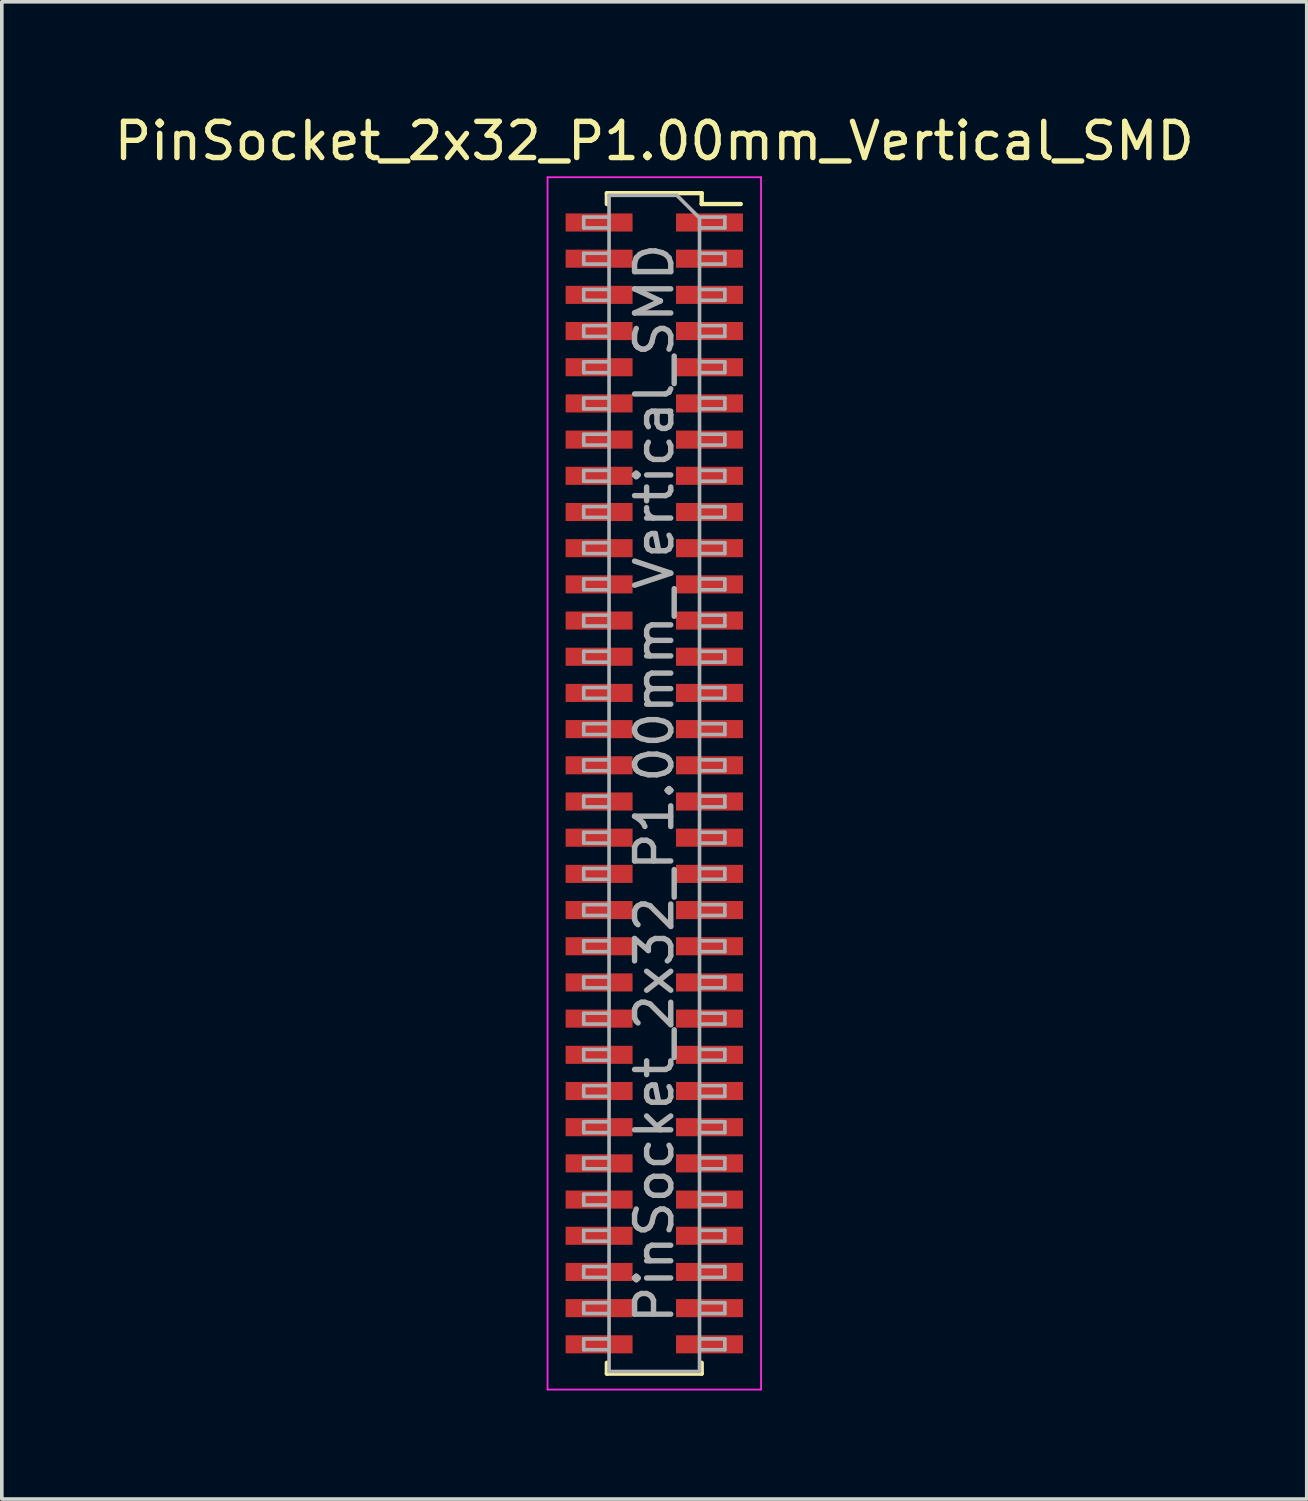
<source format=kicad_pcb>
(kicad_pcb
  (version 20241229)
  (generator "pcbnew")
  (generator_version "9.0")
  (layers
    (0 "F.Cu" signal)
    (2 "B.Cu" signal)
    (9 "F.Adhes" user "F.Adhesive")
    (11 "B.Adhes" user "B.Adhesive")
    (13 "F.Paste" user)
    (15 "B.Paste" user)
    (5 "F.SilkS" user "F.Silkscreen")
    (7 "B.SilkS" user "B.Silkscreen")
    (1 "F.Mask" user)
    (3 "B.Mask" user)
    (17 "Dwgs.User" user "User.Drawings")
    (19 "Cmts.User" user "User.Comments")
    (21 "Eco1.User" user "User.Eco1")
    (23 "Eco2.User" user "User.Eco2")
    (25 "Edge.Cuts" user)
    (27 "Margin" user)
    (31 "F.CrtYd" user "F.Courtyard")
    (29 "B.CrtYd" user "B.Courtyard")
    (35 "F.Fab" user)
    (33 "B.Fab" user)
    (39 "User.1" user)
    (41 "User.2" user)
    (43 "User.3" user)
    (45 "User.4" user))
  (footprint "PinSocket_2x32_P1.00mm_Vertical_SMD"
    (layer "F.Cu")
    (at 15.03 18.598)
    (property "Reference" "PinSocket_2x32_P1.00mm_Vertical_SMD" (at 0 -17.75 0) (layer "F.SilkS") (effects (font (size 1 1) (thickness 0.15))))
    (attr smd)
    (fp_line (start -1.31 -16.31) (end -1.31 -16.01) (stroke (width 0.12) (type solid)) (layer "F.SilkS"))
    (fp_line (start -1.31 -16.31) (end 1.31 -16.31) (stroke (width 0.12) (type solid)) (layer "F.SilkS"))
    (fp_line (start -1.31 16.01) (end -1.31 16.31) (stroke (width 0.12) (type solid)) (layer "F.SilkS"))
    (fp_line (start -1.31 16.31) (end 1.31 16.31) (stroke (width 0.12) (type solid)) (layer "F.SilkS"))
    (fp_line (start 1.31 -16.31) (end 1.31 -16.01) (stroke (width 0.12) (type solid)) (layer "F.SilkS"))
    (fp_line (start 1.31 -16.01) (end 2.39 -16.01) (stroke (width 0.12) (type solid)) (layer "F.SilkS"))
    (fp_line (start 1.31 16.01) (end 1.31 16.31) (stroke (width 0.12) (type solid)) (layer "F.SilkS"))
    (fp_line (start -2.95 -16.75) (end 2.95 -16.75) (stroke (width 0.05) (type solid)) (layer "F.CrtYd"))
    (fp_line (start -2.95 16.75) (end -2.95 -16.75) (stroke (width 0.05) (type solid)) (layer "F.CrtYd"))
    (fp_line (start 2.95 -16.75) (end 2.95 16.75) (stroke (width 0.05) (type solid)) (layer "F.CrtYd"))
    (fp_line (start 2.95 16.75) (end -2.95 16.75) (stroke (width 0.05) (type solid)) (layer "F.CrtYd"))
    (fp_line (start -1.95 -15.65) (end -1.25 -15.65) (stroke (width 0.1) (type solid)) (layer "F.Fab"))
    (fp_line (start -1.95 -15.35) (end -1.95 -15.65) (stroke (width 0.1) (type solid)) (layer "F.Fab"))
    (fp_line (start -1.95 -14.65) (end -1.25 -14.65) (stroke (width 0.1) (type solid)) (layer "F.Fab"))
    (fp_line (start -1.95 -14.35) (end -1.95 -14.65) (stroke (width 0.1) (type solid)) (layer "F.Fab"))
    (fp_line (start -1.95 -13.65) (end -1.25 -13.65) (stroke (width 0.1) (type solid)) (layer "F.Fab"))
    (fp_line (start -1.95 -13.35) (end -1.95 -13.65) (stroke (width 0.1) (type solid)) (layer "F.Fab"))
    (fp_line (start -1.95 -12.65) (end -1.25 -12.65) (stroke (width 0.1) (type solid)) (layer "F.Fab"))
    (fp_line (start -1.95 -12.35) (end -1.95 -12.65) (stroke (width 0.1) (type solid)) (layer "F.Fab"))
    (fp_line (start -1.95 -11.65) (end -1.25 -11.65) (stroke (width 0.1) (type solid)) (layer "F.Fab"))
    (fp_line (start -1.95 -11.35) (end -1.95 -11.65) (stroke (width 0.1) (type solid)) (layer "F.Fab"))
    (fp_line (start -1.95 -10.65) (end -1.25 -10.65) (stroke (width 0.1) (type solid)) (layer "F.Fab"))
    (fp_line (start -1.95 -10.35) (end -1.95 -10.65) (stroke (width 0.1) (type solid)) (layer "F.Fab"))
    (fp_line (start -1.95 -9.65) (end -1.25 -9.65) (stroke (width 0.1) (type solid)) (layer "F.Fab"))
    (fp_line (start -1.95 -9.35) (end -1.95 -9.65) (stroke (width 0.1) (type solid)) (layer "F.Fab"))
    (fp_line (start -1.95 -8.65) (end -1.25 -8.65) (stroke (width 0.1) (type solid)) (layer "F.Fab"))
    (fp_line (start -1.95 -8.35) (end -1.95 -8.65) (stroke (width 0.1) (type solid)) (layer "F.Fab"))
    (fp_line (start -1.95 -7.65) (end -1.25 -7.65) (stroke (width 0.1) (type solid)) (layer "F.Fab"))
    (fp_line (start -1.95 -7.35) (end -1.95 -7.65) (stroke (width 0.1) (type solid)) (layer "F.Fab"))
    (fp_line (start -1.95 -6.65) (end -1.25 -6.65) (stroke (width 0.1) (type solid)) (layer "F.Fab"))
    (fp_line (start -1.95 -6.35) (end -1.95 -6.65) (stroke (width 0.1) (type solid)) (layer "F.Fab"))
    (fp_line (start -1.95 -5.65) (end -1.25 -5.65) (stroke (width 0.1) (type solid)) (layer "F.Fab"))
    (fp_line (start -1.95 -5.35) (end -1.95 -5.65) (stroke (width 0.1) (type solid)) (layer "F.Fab"))
    (fp_line (start -1.95 -4.65) (end -1.25 -4.65) (stroke (width 0.1) (type solid)) (layer "F.Fab"))
    (fp_line (start -1.95 -4.35) (end -1.95 -4.65) (stroke (width 0.1) (type solid)) (layer "F.Fab"))
    (fp_line (start -1.95 -3.65) (end -1.25 -3.65) (stroke (width 0.1) (type solid)) (layer "F.Fab"))
    (fp_line (start -1.95 -3.35) (end -1.95 -3.65) (stroke (width 0.1) (type solid)) (layer "F.Fab"))
    (fp_line (start -1.95 -2.65) (end -1.25 -2.65) (stroke (width 0.1) (type solid)) (layer "F.Fab"))
    (fp_line (start -1.95 -2.35) (end -1.95 -2.65) (stroke (width 0.1) (type solid)) (layer "F.Fab"))
    (fp_line (start -1.95 -1.65) (end -1.25 -1.65) (stroke (width 0.1) (type solid)) (layer "F.Fab"))
    (fp_line (start -1.95 -1.35) (end -1.95 -1.65) (stroke (width 0.1) (type solid)) (layer "F.Fab"))
    (fp_line (start -1.95 -0.65) (end -1.25 -0.65) (stroke (width 0.1) (type solid)) (layer "F.Fab"))
    (fp_line (start -1.95 -0.35) (end -1.95 -0.65) (stroke (width 0.1) (type solid)) (layer "F.Fab"))
    (fp_line (start -1.95 0.35) (end -1.25 0.35) (stroke (width 0.1) (type solid)) (layer "F.Fab"))
    (fp_line (start -1.95 0.65) (end -1.95 0.35) (stroke (width 0.1) (type solid)) (layer "F.Fab"))
    (fp_line (start -1.95 1.35) (end -1.25 1.35) (stroke (width 0.1) (type solid)) (layer "F.Fab"))
    (fp_line (start -1.95 1.65) (end -1.95 1.35) (stroke (width 0.1) (type solid)) (layer "F.Fab"))
    (fp_line (start -1.95 2.35) (end -1.25 2.35) (stroke (width 0.1) (type solid)) (layer "F.Fab"))
    (fp_line (start -1.95 2.65) (end -1.95 2.35) (stroke (width 0.1) (type solid)) (layer "F.Fab"))
    (fp_line (start -1.95 3.35) (end -1.25 3.35) (stroke (width 0.1) (type solid)) (layer "F.Fab"))
    (fp_line (start -1.95 3.65) (end -1.95 3.35) (stroke (width 0.1) (type solid)) (layer "F.Fab"))
    (fp_line (start -1.95 4.35) (end -1.25 4.35) (stroke (width 0.1) (type solid)) (layer "F.Fab"))
    (fp_line (start -1.95 4.65) (end -1.95 4.35) (stroke (width 0.1) (type solid)) (layer "F.Fab"))
    (fp_line (start -1.95 5.35) (end -1.25 5.35) (stroke (width 0.1) (type solid)) (layer "F.Fab"))
    (fp_line (start -1.95 5.65) (end -1.95 5.35) (stroke (width 0.1) (type solid)) (layer "F.Fab"))
    (fp_line (start -1.95 6.35) (end -1.25 6.35) (stroke (width 0.1) (type solid)) (layer "F.Fab"))
    (fp_line (start -1.95 6.65) (end -1.95 6.35) (stroke (width 0.1) (type solid)) (layer "F.Fab"))
    (fp_line (start -1.95 7.35) (end -1.25 7.35) (stroke (width 0.1) (type solid)) (layer "F.Fab"))
    (fp_line (start -1.95 7.65) (end -1.95 7.35) (stroke (width 0.1) (type solid)) (layer "F.Fab"))
    (fp_line (start -1.95 8.35) (end -1.25 8.35) (stroke (width 0.1) (type solid)) (layer "F.Fab"))
    (fp_line (start -1.95 8.65) (end -1.95 8.35) (stroke (width 0.1) (type solid)) (layer "F.Fab"))
    (fp_line (start -1.95 9.35) (end -1.25 9.35) (stroke (width 0.1) (type solid)) (layer "F.Fab"))
    (fp_line (start -1.95 9.65) (end -1.95 9.35) (stroke (width 0.1) (type solid)) (layer "F.Fab"))
    (fp_line (start -1.95 10.35) (end -1.25 10.35) (stroke (width 0.1) (type solid)) (layer "F.Fab"))
    (fp_line (start -1.95 10.65) (end -1.95 10.35) (stroke (width 0.1) (type solid)) (layer "F.Fab"))
    (fp_line (start -1.95 11.35) (end -1.25 11.35) (stroke (width 0.1) (type solid)) (layer "F.Fab"))
    (fp_line (start -1.95 11.65) (end -1.95 11.35) (stroke (width 0.1) (type solid)) (layer "F.Fab"))
    (fp_line (start -1.95 12.35) (end -1.25 12.35) (stroke (width 0.1) (type solid)) (layer "F.Fab"))
    (fp_line (start -1.95 12.65) (end -1.95 12.35) (stroke (width 0.1) (type solid)) (layer "F.Fab"))
    (fp_line (start -1.95 13.35) (end -1.25 13.35) (stroke (width 0.1) (type solid)) (layer "F.Fab"))
    (fp_line (start -1.95 13.65) (end -1.95 13.35) (stroke (width 0.1) (type solid)) (layer "F.Fab"))
    (fp_line (start -1.95 14.35) (end -1.25 14.35) (stroke (width 0.1) (type solid)) (layer "F.Fab"))
    (fp_line (start -1.95 14.65) (end -1.95 14.35) (stroke (width 0.1) (type solid)) (layer "F.Fab"))
    (fp_line (start -1.95 15.35) (end -1.25 15.35) (stroke (width 0.1) (type solid)) (layer "F.Fab"))
    (fp_line (start -1.95 15.65) (end -1.95 15.35) (stroke (width 0.1) (type solid)) (layer "F.Fab"))
    (fp_line (start -1.25 -16.25) (end 0.625 -16.25) (stroke (width 0.1) (type solid)) (layer "F.Fab"))
    (fp_line (start -1.25 -15.35) (end -1.95 -15.35) (stroke (width 0.1) (type solid)) (layer "F.Fab"))
    (fp_line (start -1.25 -14.35) (end -1.95 -14.35) (stroke (width 0.1) (type solid)) (layer "F.Fab"))
    (fp_line (start -1.25 -13.35) (end -1.95 -13.35) (stroke (width 0.1) (type solid)) (layer "F.Fab"))
    (fp_line (start -1.25 -12.35) (end -1.95 -12.35) (stroke (width 0.1) (type solid)) (layer "F.Fab"))
    (fp_line (start -1.25 -11.35) (end -1.95 -11.35) (stroke (width 0.1) (type solid)) (layer "F.Fab"))
    (fp_line (start -1.25 -10.35) (end -1.95 -10.35) (stroke (width 0.1) (type solid)) (layer "F.Fab"))
    (fp_line (start -1.25 -9.35) (end -1.95 -9.35) (stroke (width 0.1) (type solid)) (layer "F.Fab"))
    (fp_line (start -1.25 -8.35) (end -1.95 -8.35) (stroke (width 0.1) (type solid)) (layer "F.Fab"))
    (fp_line (start -1.25 -7.35) (end -1.95 -7.35) (stroke (width 0.1) (type solid)) (layer "F.Fab"))
    (fp_line (start -1.25 -6.35) (end -1.95 -6.35) (stroke (width 0.1) (type solid)) (layer "F.Fab"))
    (fp_line (start -1.25 -5.35) (end -1.95 -5.35) (stroke (width 0.1) (type solid)) (layer "F.Fab"))
    (fp_line (start -1.25 -4.35) (end -1.95 -4.35) (stroke (width 0.1) (type solid)) (layer "F.Fab"))
    (fp_line (start -1.25 -3.35) (end -1.95 -3.35) (stroke (width 0.1) (type solid)) (layer "F.Fab"))
    (fp_line (start -1.25 -2.35) (end -1.95 -2.35) (stroke (width 0.1) (type solid)) (layer "F.Fab"))
    (fp_line (start -1.25 -1.35) (end -1.95 -1.35) (stroke (width 0.1) (type solid)) (layer "F.Fab"))
    (fp_line (start -1.25 -0.35) (end -1.95 -0.35) (stroke (width 0.1) (type solid)) (layer "F.Fab"))
    (fp_line (start -1.25 0.65) (end -1.95 0.65) (stroke (width 0.1) (type solid)) (layer "F.Fab"))
    (fp_line (start -1.25 1.65) (end -1.95 1.65) (stroke (width 0.1) (type solid)) (layer "F.Fab"))
    (fp_line (start -1.25 2.65) (end -1.95 2.65) (stroke (width 0.1) (type solid)) (layer "F.Fab"))
    (fp_line (start -1.25 3.65) (end -1.95 3.65) (stroke (width 0.1) (type solid)) (layer "F.Fab"))
    (fp_line (start -1.25 4.65) (end -1.95 4.65) (stroke (width 0.1) (type solid)) (layer "F.Fab"))
    (fp_line (start -1.25 5.65) (end -1.95 5.65) (stroke (width 0.1) (type solid)) (layer "F.Fab"))
    (fp_line (start -1.25 6.65) (end -1.95 6.65) (stroke (width 0.1) (type solid)) (layer "F.Fab"))
    (fp_line (start -1.25 7.65) (end -1.95 7.65) (stroke (width 0.1) (type solid)) (layer "F.Fab"))
    (fp_line (start -1.25 8.65) (end -1.95 8.65) (stroke (width 0.1) (type solid)) (layer "F.Fab"))
    (fp_line (start -1.25 9.65) (end -1.95 9.65) (stroke (width 0.1) (type solid)) (layer "F.Fab"))
    (fp_line (start -1.25 10.65) (end -1.95 10.65) (stroke (width 0.1) (type solid)) (layer "F.Fab"))
    (fp_line (start -1.25 11.65) (end -1.95 11.65) (stroke (width 0.1) (type solid)) (layer "F.Fab"))
    (fp_line (start -1.25 12.65) (end -1.95 12.65) (stroke (width 0.1) (type solid)) (layer "F.Fab"))
    (fp_line (start -1.25 13.65) (end -1.95 13.65) (stroke (width 0.1) (type solid)) (layer "F.Fab"))
    (fp_line (start -1.25 14.65) (end -1.95 14.65) (stroke (width 0.1) (type solid)) (layer "F.Fab"))
    (fp_line (start -1.25 15.65) (end -1.95 15.65) (stroke (width 0.1) (type solid)) (layer "F.Fab"))
    (fp_line (start -1.25 16.25) (end -1.25 -16.25) (stroke (width 0.1) (type solid)) (layer "F.Fab"))
    (fp_line (start 0.625 -16.25) (end 1.25 -15.625) (stroke (width 0.1) (type solid)) (layer "F.Fab"))
    (fp_line (start 1.25 -15.65) (end 1.95 -15.65) (stroke (width 0.1) (type solid)) (layer "F.Fab"))
    (fp_line (start 1.25 -15.625) (end 1.25 16.25) (stroke (width 0.1) (type solid)) (layer "F.Fab"))
    (fp_line (start 1.25 -14.65) (end 1.95 -14.65) (stroke (width 0.1) (type solid)) (layer "F.Fab"))
    (fp_line (start 1.25 -13.65) (end 1.95 -13.65) (stroke (width 0.1) (type solid)) (layer "F.Fab"))
    (fp_line (start 1.25 -12.65) (end 1.95 -12.65) (stroke (width 0.1) (type solid)) (layer "F.Fab"))
    (fp_line (start 1.25 -11.65) (end 1.95 -11.65) (stroke (width 0.1) (type solid)) (layer "F.Fab"))
    (fp_line (start 1.25 -10.65) (end 1.95 -10.65) (stroke (width 0.1) (type solid)) (layer "F.Fab"))
    (fp_line (start 1.25 -9.65) (end 1.95 -9.65) (stroke (width 0.1) (type solid)) (layer "F.Fab"))
    (fp_line (start 1.25 -8.65) (end 1.95 -8.65) (stroke (width 0.1) (type solid)) (layer "F.Fab"))
    (fp_line (start 1.25 -7.65) (end 1.95 -7.65) (stroke (width 0.1) (type solid)) (layer "F.Fab"))
    (fp_line (start 1.25 -6.65) (end 1.95 -6.65) (stroke (width 0.1) (type solid)) (layer "F.Fab"))
    (fp_line (start 1.25 -5.65) (end 1.95 -5.65) (stroke (width 0.1) (type solid)) (layer "F.Fab"))
    (fp_line (start 1.25 -4.65) (end 1.95 -4.65) (stroke (width 0.1) (type solid)) (layer "F.Fab"))
    (fp_line (start 1.25 -3.65) (end 1.95 -3.65) (stroke (width 0.1) (type solid)) (layer "F.Fab"))
    (fp_line (start 1.25 -2.65) (end 1.95 -2.65) (stroke (width 0.1) (type solid)) (layer "F.Fab"))
    (fp_line (start 1.25 -1.65) (end 1.95 -1.65) (stroke (width 0.1) (type solid)) (layer "F.Fab"))
    (fp_line (start 1.25 -0.65) (end 1.95 -0.65) (stroke (width 0.1) (type solid)) (layer "F.Fab"))
    (fp_line (start 1.25 0.35) (end 1.95 0.35) (stroke (width 0.1) (type solid)) (layer "F.Fab"))
    (fp_line (start 1.25 1.35) (end 1.95 1.35) (stroke (width 0.1) (type solid)) (layer "F.Fab"))
    (fp_line (start 1.25 2.35) (end 1.95 2.35) (stroke (width 0.1) (type solid)) (layer "F.Fab"))
    (fp_line (start 1.25 3.35) (end 1.95 3.35) (stroke (width 0.1) (type solid)) (layer "F.Fab"))
    (fp_line (start 1.25 4.35) (end 1.95 4.35) (stroke (width 0.1) (type solid)) (layer "F.Fab"))
    (fp_line (start 1.25 5.35) (end 1.95 5.35) (stroke (width 0.1) (type solid)) (layer "F.Fab"))
    (fp_line (start 1.25 6.35) (end 1.95 6.35) (stroke (width 0.1) (type solid)) (layer "F.Fab"))
    (fp_line (start 1.25 7.35) (end 1.95 7.35) (stroke (width 0.1) (type solid)) (layer "F.Fab"))
    (fp_line (start 1.25 8.35) (end 1.95 8.35) (stroke (width 0.1) (type solid)) (layer "F.Fab"))
    (fp_line (start 1.25 9.35) (end 1.95 9.35) (stroke (width 0.1) (type solid)) (layer "F.Fab"))
    (fp_line (start 1.25 10.35) (end 1.95 10.35) (stroke (width 0.1) (type solid)) (layer "F.Fab"))
    (fp_line (start 1.25 11.35) (end 1.95 11.35) (stroke (width 0.1) (type solid)) (layer "F.Fab"))
    (fp_line (start 1.25 12.35) (end 1.95 12.35) (stroke (width 0.1) (type solid)) (layer "F.Fab"))
    (fp_line (start 1.25 13.35) (end 1.95 13.35) (stroke (width 0.1) (type solid)) (layer "F.Fab"))
    (fp_line (start 1.25 14.35) (end 1.95 14.35) (stroke (width 0.1) (type solid)) (layer "F.Fab"))
    (fp_line (start 1.25 15.35) (end 1.95 15.35) (stroke (width 0.1) (type solid)) (layer "F.Fab"))
    (fp_line (start 1.25 16.25) (end -1.25 16.25) (stroke (width 0.1) (type solid)) (layer "F.Fab"))
    (fp_line (start 1.95 -15.65) (end 1.95 -15.35) (stroke (width 0.1) (type solid)) (layer "F.Fab"))
    (fp_line (start 1.95 -15.35) (end 1.25 -15.35) (stroke (width 0.1) (type solid)) (layer "F.Fab"))
    (fp_line (start 1.95 -14.65) (end 1.95 -14.35) (stroke (width 0.1) (type solid)) (layer "F.Fab"))
    (fp_line (start 1.95 -14.35) (end 1.25 -14.35) (stroke (width 0.1) (type solid)) (layer "F.Fab"))
    (fp_line (start 1.95 -13.65) (end 1.95 -13.35) (stroke (width 0.1) (type solid)) (layer "F.Fab"))
    (fp_line (start 1.95 -13.35) (end 1.25 -13.35) (stroke (width 0.1) (type solid)) (layer "F.Fab"))
    (fp_line (start 1.95 -12.65) (end 1.95 -12.35) (stroke (width 0.1) (type solid)) (layer "F.Fab"))
    (fp_line (start 1.95 -12.35) (end 1.25 -12.35) (stroke (width 0.1) (type solid)) (layer "F.Fab"))
    (fp_line (start 1.95 -11.65) (end 1.95 -11.35) (stroke (width 0.1) (type solid)) (layer "F.Fab"))
    (fp_line (start 1.95 -11.35) (end 1.25 -11.35) (stroke (width 0.1) (type solid)) (layer "F.Fab"))
    (fp_line (start 1.95 -10.65) (end 1.95 -10.35) (stroke (width 0.1) (type solid)) (layer "F.Fab"))
    (fp_line (start 1.95 -10.35) (end 1.25 -10.35) (stroke (width 0.1) (type solid)) (layer "F.Fab"))
    (fp_line (start 1.95 -9.65) (end 1.95 -9.35) (stroke (width 0.1) (type solid)) (layer "F.Fab"))
    (fp_line (start 1.95 -9.35) (end 1.25 -9.35) (stroke (width 0.1) (type solid)) (layer "F.Fab"))
    (fp_line (start 1.95 -8.65) (end 1.95 -8.35) (stroke (width 0.1) (type solid)) (layer "F.Fab"))
    (fp_line (start 1.95 -8.35) (end 1.25 -8.35) (stroke (width 0.1) (type solid)) (layer "F.Fab"))
    (fp_line (start 1.95 -7.65) (end 1.95 -7.35) (stroke (width 0.1) (type solid)) (layer "F.Fab"))
    (fp_line (start 1.95 -7.35) (end 1.25 -7.35) (stroke (width 0.1) (type solid)) (layer "F.Fab"))
    (fp_line (start 1.95 -6.65) (end 1.95 -6.35) (stroke (width 0.1) (type solid)) (layer "F.Fab"))
    (fp_line (start 1.95 -6.35) (end 1.25 -6.35) (stroke (width 0.1) (type solid)) (layer "F.Fab"))
    (fp_line (start 1.95 -5.65) (end 1.95 -5.35) (stroke (width 0.1) (type solid)) (layer "F.Fab"))
    (fp_line (start 1.95 -5.35) (end 1.25 -5.35) (stroke (width 0.1) (type solid)) (layer "F.Fab"))
    (fp_line (start 1.95 -4.65) (end 1.95 -4.35) (stroke (width 0.1) (type solid)) (layer "F.Fab"))
    (fp_line (start 1.95 -4.35) (end 1.25 -4.35) (stroke (width 0.1) (type solid)) (layer "F.Fab"))
    (fp_line (start 1.95 -3.65) (end 1.95 -3.35) (stroke (width 0.1) (type solid)) (layer "F.Fab"))
    (fp_line (start 1.95 -3.35) (end 1.25 -3.35) (stroke (width 0.1) (type solid)) (layer "F.Fab"))
    (fp_line (start 1.95 -2.65) (end 1.95 -2.35) (stroke (width 0.1) (type solid)) (layer "F.Fab"))
    (fp_line (start 1.95 -2.35) (end 1.25 -2.35) (stroke (width 0.1) (type solid)) (layer "F.Fab"))
    (fp_line (start 1.95 -1.65) (end 1.95 -1.35) (stroke (width 0.1) (type solid)) (layer "F.Fab"))
    (fp_line (start 1.95 -1.35) (end 1.25 -1.35) (stroke (width 0.1) (type solid)) (layer "F.Fab"))
    (fp_line (start 1.95 -0.65) (end 1.95 -0.35) (stroke (width 0.1) (type solid)) (layer "F.Fab"))
    (fp_line (start 1.95 -0.35) (end 1.25 -0.35) (stroke (width 0.1) (type solid)) (layer "F.Fab"))
    (fp_line (start 1.95 0.35) (end 1.95 0.65) (stroke (width 0.1) (type solid)) (layer "F.Fab"))
    (fp_line (start 1.95 0.65) (end 1.25 0.65) (stroke (width 0.1) (type solid)) (layer "F.Fab"))
    (fp_line (start 1.95 1.35) (end 1.95 1.65) (stroke (width 0.1) (type solid)) (layer "F.Fab"))
    (fp_line (start 1.95 1.65) (end 1.25 1.65) (stroke (width 0.1) (type solid)) (layer "F.Fab"))
    (fp_line (start 1.95 2.35) (end 1.95 2.65) (stroke (width 0.1) (type solid)) (layer "F.Fab"))
    (fp_line (start 1.95 2.65) (end 1.25 2.65) (stroke (width 0.1) (type solid)) (layer "F.Fab"))
    (fp_line (start 1.95 3.35) (end 1.95 3.65) (stroke (width 0.1) (type solid)) (layer "F.Fab"))
    (fp_line (start 1.95 3.65) (end 1.25 3.65) (stroke (width 0.1) (type solid)) (layer "F.Fab"))
    (fp_line (start 1.95 4.35) (end 1.95 4.65) (stroke (width 0.1) (type solid)) (layer "F.Fab"))
    (fp_line (start 1.95 4.65) (end 1.25 4.65) (stroke (width 0.1) (type solid)) (layer "F.Fab"))
    (fp_line (start 1.95 5.35) (end 1.95 5.65) (stroke (width 0.1) (type solid)) (layer "F.Fab"))
    (fp_line (start 1.95 5.65) (end 1.25 5.65) (stroke (width 0.1) (type solid)) (layer "F.Fab"))
    (fp_line (start 1.95 6.35) (end 1.95 6.65) (stroke (width 0.1) (type solid)) (layer "F.Fab"))
    (fp_line (start 1.95 6.65) (end 1.25 6.65) (stroke (width 0.1) (type solid)) (layer "F.Fab"))
    (fp_line (start 1.95 7.35) (end 1.95 7.65) (stroke (width 0.1) (type solid)) (layer "F.Fab"))
    (fp_line (start 1.95 7.65) (end 1.25 7.65) (stroke (width 0.1) (type solid)) (layer "F.Fab"))
    (fp_line (start 1.95 8.35) (end 1.95 8.65) (stroke (width 0.1) (type solid)) (layer "F.Fab"))
    (fp_line (start 1.95 8.65) (end 1.25 8.65) (stroke (width 0.1) (type solid)) (layer "F.Fab"))
    (fp_line (start 1.95 9.35) (end 1.95 9.65) (stroke (width 0.1) (type solid)) (layer "F.Fab"))
    (fp_line (start 1.95 9.65) (end 1.25 9.65) (stroke (width 0.1) (type solid)) (layer "F.Fab"))
    (fp_line (start 1.95 10.35) (end 1.95 10.65) (stroke (width 0.1) (type solid)) (layer "F.Fab"))
    (fp_line (start 1.95 10.65) (end 1.25 10.65) (stroke (width 0.1) (type solid)) (layer "F.Fab"))
    (fp_line (start 1.95 11.35) (end 1.95 11.65) (stroke (width 0.1) (type solid)) (layer "F.Fab"))
    (fp_line (start 1.95 11.65) (end 1.25 11.65) (stroke (width 0.1) (type solid)) (layer "F.Fab"))
    (fp_line (start 1.95 12.35) (end 1.95 12.65) (stroke (width 0.1) (type solid)) (layer "F.Fab"))
    (fp_line (start 1.95 12.65) (end 1.25 12.65) (stroke (width 0.1) (type solid)) (layer "F.Fab"))
    (fp_line (start 1.95 13.35) (end 1.95 13.65) (stroke (width 0.1) (type solid)) (layer "F.Fab"))
    (fp_line (start 1.95 13.65) (end 1.25 13.65) (stroke (width 0.1) (type solid)) (layer "F.Fab"))
    (fp_line (start 1.95 14.35) (end 1.95 14.65) (stroke (width 0.1) (type solid)) (layer "F.Fab"))
    (fp_line (start 1.95 14.65) (end 1.25 14.65) (stroke (width 0.1) (type solid)) (layer "F.Fab"))
    (fp_line (start 1.95 15.35) (end 1.95 15.65) (stroke (width 0.1) (type solid)) (layer "F.Fab"))
    (fp_line (start 1.95 15.65) (end 1.25 15.65) (stroke (width 0.1) (type solid)) (layer "F.Fab"))
    (fp_text user "${REFERENCE}" (at 0 0 90) (layer "F.Fab") (effects (font (size 1 1) (thickness 0.15))))
    (pad "1" smd rect (at 1.525 -15.5) (size 1.85 0.5) (layers "F.Cu" "F.Mask" "F.Paste"))
    (pad "2" smd rect (at -1.525 -15.5) (size 1.85 0.5) (layers "F.Cu" "F.Mask" "F.Paste"))
    (pad "3" smd rect (at 1.525 -14.5) (size 1.85 0.5) (layers "F.Cu" "F.Mask" "F.Paste"))
    (pad "4" smd rect (at -1.525 -14.5) (size 1.85 0.5) (layers "F.Cu" "F.Mask" "F.Paste"))
    (pad "5" smd rect (at 1.525 -13.5) (size 1.85 0.5) (layers "F.Cu" "F.Mask" "F.Paste"))
    (pad "6" smd rect (at -1.525 -13.5) (size 1.85 0.5) (layers "F.Cu" "F.Mask" "F.Paste"))
    (pad "7" smd rect (at 1.525 -12.5) (size 1.85 0.5) (layers "F.Cu" "F.Mask" "F.Paste"))
    (pad "8" smd rect (at -1.525 -12.5) (size 1.85 0.5) (layers "F.Cu" "F.Mask" "F.Paste"))
    (pad "9" smd rect (at 1.525 -11.5) (size 1.85 0.5) (layers "F.Cu" "F.Mask" "F.Paste"))
    (pad "10" smd rect (at -1.525 -11.5) (size 1.85 0.5) (layers "F.Cu" "F.Mask" "F.Paste"))
    (pad "11" smd rect (at 1.525 -10.5) (size 1.85 0.5) (layers "F.Cu" "F.Mask" "F.Paste"))
    (pad "12" smd rect (at -1.525 -10.5) (size 1.85 0.5) (layers "F.Cu" "F.Mask" "F.Paste"))
    (pad "13" smd rect (at 1.525 -9.5) (size 1.85 0.5) (layers "F.Cu" "F.Mask" "F.Paste"))
    (pad "14" smd rect (at -1.525 -9.5) (size 1.85 0.5) (layers "F.Cu" "F.Mask" "F.Paste"))
    (pad "15" smd rect (at 1.525 -8.5) (size 1.85 0.5) (layers "F.Cu" "F.Mask" "F.Paste"))
    (pad "16" smd rect (at -1.525 -8.5) (size 1.85 0.5) (layers "F.Cu" "F.Mask" "F.Paste"))
    (pad "17" smd rect (at 1.525 -7.5) (size 1.85 0.5) (layers "F.Cu" "F.Mask" "F.Paste"))
    (pad "18" smd rect (at -1.525 -7.5) (size 1.85 0.5) (layers "F.Cu" "F.Mask" "F.Paste"))
    (pad "19" smd rect (at 1.525 -6.5) (size 1.85 0.5) (layers "F.Cu" "F.Mask" "F.Paste"))
    (pad "20" smd rect (at -1.525 -6.5) (size 1.85 0.5) (layers "F.Cu" "F.Mask" "F.Paste"))
    (pad "21" smd rect (at 1.525 -5.5) (size 1.85 0.5) (layers "F.Cu" "F.Mask" "F.Paste"))
    (pad "22" smd rect (at -1.525 -5.5) (size 1.85 0.5) (layers "F.Cu" "F.Mask" "F.Paste"))
    (pad "23" smd rect (at 1.525 -4.5) (size 1.85 0.5) (layers "F.Cu" "F.Mask" "F.Paste"))
    (pad "24" smd rect (at -1.525 -4.5) (size 1.85 0.5) (layers "F.Cu" "F.Mask" "F.Paste"))
    (pad "25" smd rect (at 1.525 -3.5) (size 1.85 0.5) (layers "F.Cu" "F.Mask" "F.Paste"))
    (pad "26" smd rect (at -1.525 -3.5) (size 1.85 0.5) (layers "F.Cu" "F.Mask" "F.Paste"))
    (pad "27" smd rect (at 1.525 -2.5) (size 1.85 0.5) (layers "F.Cu" "F.Mask" "F.Paste"))
    (pad "28" smd rect (at -1.525 -2.5) (size 1.85 0.5) (layers "F.Cu" "F.Mask" "F.Paste"))
    (pad "29" smd rect (at 1.525 -1.5) (size 1.85 0.5) (layers "F.Cu" "F.Mask" "F.Paste"))
    (pad "30" smd rect (at -1.525 -1.5) (size 1.85 0.5) (layers "F.Cu" "F.Mask" "F.Paste"))
    (pad "31" smd rect (at 1.525 -0.5) (size 1.85 0.5) (layers "F.Cu" "F.Mask" "F.Paste"))
    (pad "32" smd rect (at -1.525 -0.5) (size 1.85 0.5) (layers "F.Cu" "F.Mask" "F.Paste"))
    (pad "33" smd rect (at 1.525 0.5) (size 1.85 0.5) (layers "F.Cu" "F.Mask" "F.Paste"))
    (pad "34" smd rect (at -1.525 0.5) (size 1.85 0.5) (layers "F.Cu" "F.Mask" "F.Paste"))
    (pad "35" smd rect (at 1.525 1.5) (size 1.85 0.5) (layers "F.Cu" "F.Mask" "F.Paste"))
    (pad "36" smd rect (at -1.525 1.5) (size 1.85 0.5) (layers "F.Cu" "F.Mask" "F.Paste"))
    (pad "37" smd rect (at 1.525 2.5) (size 1.85 0.5) (layers "F.Cu" "F.Mask" "F.Paste"))
    (pad "38" smd rect (at -1.525 2.5) (size 1.85 0.5) (layers "F.Cu" "F.Mask" "F.Paste"))
    (pad "39" smd rect (at 1.525 3.5) (size 1.85 0.5) (layers "F.Cu" "F.Mask" "F.Paste"))
    (pad "40" smd rect (at -1.525 3.5) (size 1.85 0.5) (layers "F.Cu" "F.Mask" "F.Paste"))
    (pad "41" smd rect (at 1.525 4.5) (size 1.85 0.5) (layers "F.Cu" "F.Mask" "F.Paste"))
    (pad "42" smd rect (at -1.525 4.5) (size 1.85 0.5) (layers "F.Cu" "F.Mask" "F.Paste"))
    (pad "43" smd rect (at 1.525 5.5) (size 1.85 0.5) (layers "F.Cu" "F.Mask" "F.Paste"))
    (pad "44" smd rect (at -1.525 5.5) (size 1.85 0.5) (layers "F.Cu" "F.Mask" "F.Paste"))
    (pad "45" smd rect (at 1.525 6.5) (size 1.85 0.5) (layers "F.Cu" "F.Mask" "F.Paste"))
    (pad "46" smd rect (at -1.525 6.5) (size 1.85 0.5) (layers "F.Cu" "F.Mask" "F.Paste"))
    (pad "47" smd rect (at 1.525 7.5) (size 1.85 0.5) (layers "F.Cu" "F.Mask" "F.Paste"))
    (pad "48" smd rect (at -1.525 7.5) (size 1.85 0.5) (layers "F.Cu" "F.Mask" "F.Paste"))
    (pad "49" smd rect (at 1.525 8.5) (size 1.85 0.5) (layers "F.Cu" "F.Mask" "F.Paste"))
    (pad "50" smd rect (at -1.525 8.5) (size 1.85 0.5) (layers "F.Cu" "F.Mask" "F.Paste"))
    (pad "51" smd rect (at 1.525 9.5) (size 1.85 0.5) (layers "F.Cu" "F.Mask" "F.Paste"))
    (pad "52" smd rect (at -1.525 9.5) (size 1.85 0.5) (layers "F.Cu" "F.Mask" "F.Paste"))
    (pad "53" smd rect (at 1.525 10.5) (size 1.85 0.5) (layers "F.Cu" "F.Mask" "F.Paste"))
    (pad "54" smd rect (at -1.525 10.5) (size 1.85 0.5) (layers "F.Cu" "F.Mask" "F.Paste"))
    (pad "55" smd rect (at 1.525 11.5) (size 1.85 0.5) (layers "F.Cu" "F.Mask" "F.Paste"))
    (pad "56" smd rect (at -1.525 11.5) (size 1.85 0.5) (layers "F.Cu" "F.Mask" "F.Paste"))
    (pad "57" smd rect (at 1.525 12.5) (size 1.85 0.5) (layers "F.Cu" "F.Mask" "F.Paste"))
    (pad "58" smd rect (at -1.525 12.5) (size 1.85 0.5) (layers "F.Cu" "F.Mask" "F.Paste"))
    (pad "59" smd rect (at 1.525 13.5) (size 1.85 0.5) (layers "F.Cu" "F.Mask" "F.Paste"))
    (pad "60" smd rect (at -1.525 13.5) (size 1.85 0.5) (layers "F.Cu" "F.Mask" "F.Paste"))
    (pad "61" smd rect (at 1.525 14.5) (size 1.85 0.5) (layers "F.Cu" "F.Mask" "F.Paste"))
    (pad "62" smd rect (at -1.525 14.5) (size 1.85 0.5) (layers "F.Cu" "F.Mask" "F.Paste"))
    (pad "63" smd rect (at 1.525 15.5) (size 1.85 0.5) (layers "F.Cu" "F.Mask" "F.Paste"))
    (pad "64" smd rect (at -1.525 15.5) (size 1.85 0.5) (layers "F.Cu" "F.Mask" "F.Paste")))
  (gr_rect
    (start -3 -3)
    (end 33.06 38.373)
    (stroke (width 0.1) (type default))
    (fill no)
    (layer "Edge.Cuts")))
</source>
